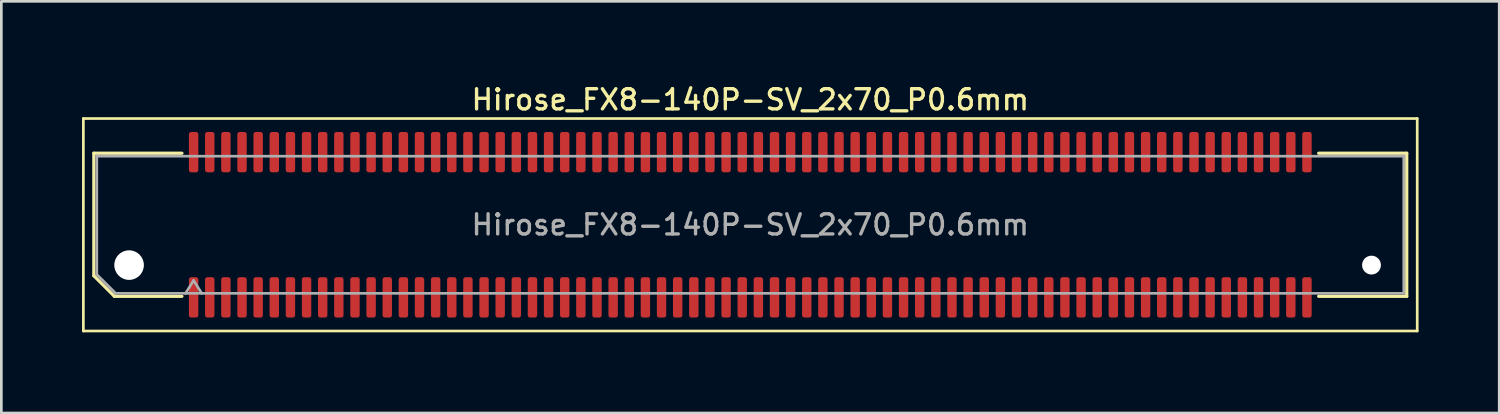
<source format=kicad_pcb>
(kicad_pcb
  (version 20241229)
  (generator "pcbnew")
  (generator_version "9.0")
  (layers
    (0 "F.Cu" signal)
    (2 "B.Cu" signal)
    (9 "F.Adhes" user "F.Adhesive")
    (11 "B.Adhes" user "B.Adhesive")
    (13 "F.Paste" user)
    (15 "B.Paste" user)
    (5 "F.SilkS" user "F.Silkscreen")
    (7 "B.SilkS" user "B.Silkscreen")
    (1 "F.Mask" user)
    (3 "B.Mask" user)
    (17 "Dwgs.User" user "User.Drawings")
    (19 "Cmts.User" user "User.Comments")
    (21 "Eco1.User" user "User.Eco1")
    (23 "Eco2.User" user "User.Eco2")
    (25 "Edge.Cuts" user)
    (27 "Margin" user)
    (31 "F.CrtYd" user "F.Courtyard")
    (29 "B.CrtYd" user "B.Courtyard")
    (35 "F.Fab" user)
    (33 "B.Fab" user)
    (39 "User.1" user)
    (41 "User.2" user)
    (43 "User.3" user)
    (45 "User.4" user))
  (footprint "Hirose_FX8-140P-SV_2x70_P0.6mm"
    (layer "F.Cu")
    (at 24.85 5.308)
    (property "Reference" "Hirose_FX8-140P-SV_2x70_P0.6mm" (at 0 -4.65 0) (layer "F.SilkS") (effects (font (size 0.75 0.75) (thickness 0.125))))
    (attr smd)
    (fp_line (start -24.8 -3.95) (end -24.8 3.95) (stroke (width 0.1) (type solid)) (layer "F.SilkS"))
    (fp_line (start -24.8 3.95) (end 24.8 3.95) (stroke (width 0.1) (type solid)) (layer "F.SilkS"))
    (fp_line (start -24.41 -2.66) (end -21.135 -2.66) (stroke (width 0.12) (type solid)) (layer "F.SilkS"))
    (fp_line (start -24.41 1.896) (end -24.41 -2.66) (stroke (width 0.12) (type solid)) (layer "F.SilkS"))
    (fp_line (start -23.646 2.66) (end -24.41 1.896) (stroke (width 0.12) (type solid)) (layer "F.SilkS"))
    (fp_line (start -21.135 2.66) (end -23.646 2.66) (stroke (width 0.12) (type solid)) (layer "F.SilkS"))
    (fp_line (start 21.135 -2.66) (end 24.41 -2.66) (stroke (width 0.12) (type solid)) (layer "F.SilkS"))
    (fp_line (start 24.41 -2.66) (end 24.41 2.66) (stroke (width 0.12) (type solid)) (layer "F.SilkS"))
    (fp_line (start 24.41 2.66) (end 21.135 2.66) (stroke (width 0.12) (type solid)) (layer "F.SilkS"))
    (fp_line (start 24.8 -3.95) (end -24.8 -3.95) (stroke (width 0.1) (type solid)) (layer "F.SilkS"))
    (fp_line (start 24.8 3.95) (end 24.8 -3.95) (stroke (width 0.1) (type solid)) (layer "F.SilkS"))
    (fp_line (start -24.3 -2.55) (end 24.3 -2.55) (stroke (width 0.1) (type solid)) (layer "F.Fab"))
    (fp_line (start -24.3 1.85) (end -24.3 -2.55) (stroke (width 0.1) (type solid)) (layer "F.Fab"))
    (fp_line (start -23.6 2.55) (end -24.3 1.85) (stroke (width 0.1) (type solid)) (layer "F.Fab"))
    (fp_line (start -21 2.55) (end -20.7 2.07) (stroke (width 0.1) (type solid)) (layer "F.Fab"))
    (fp_line (start -20.7 2.07) (end -20.4 2.55) (stroke (width 0.1) (type solid)) (layer "F.Fab"))
    (fp_line (start 24.3 -2.55) (end 24.3 2.55) (stroke (width 0.1) (type solid)) (layer "F.Fab"))
    (fp_line (start 24.3 2.55) (end -23.6 2.55) (stroke (width 0.1) (type solid)) (layer "F.Fab"))
    (fp_text user "${REFERENCE}" (at 0 0 0) (layer "F.Fab") (effects (font (size 0.75 0.75) (thickness 0.125))))
    (pad "" np_thru_hole circle (at -23.1 1.5) (size 1.1 1.1) (drill 1.1) (layers "*.Cu" "*.Mask"))
    (pad "" np_thru_hole circle (at 23.1 1.5) (size 0.7 0.7) (drill 0.7) (layers "*.Cu" "*.Mask"))
    (pad "1" smd roundrect (at -20.7 2.7) (size 0.35 1.5) (layers "F.Cu" "F.Mask" "F.Paste") (roundrect_rratio 0.25))
    (pad "2" smd roundrect (at -20.7 -2.7) (size 0.35 1.5) (layers "F.Cu" "F.Mask" "F.Paste") (roundrect_rratio 0.25))
    (pad "3" smd roundrect (at -20.1 2.7) (size 0.35 1.5) (layers "F.Cu" "F.Mask" "F.Paste") (roundrect_rratio 0.25))
    (pad "4" smd roundrect (at -20.1 -2.7) (size 0.35 1.5) (layers "F.Cu" "F.Mask" "F.Paste") (roundrect_rratio 0.25))
    (pad "5" smd roundrect (at -19.5 2.7) (size 0.35 1.5) (layers "F.Cu" "F.Mask" "F.Paste") (roundrect_rratio 0.25))
    (pad "6" smd roundrect (at -19.5 -2.7) (size 0.35 1.5) (layers "F.Cu" "F.Mask" "F.Paste") (roundrect_rratio 0.25))
    (pad "7" smd roundrect (at -18.9 2.7) (size 0.35 1.5) (layers "F.Cu" "F.Mask" "F.Paste") (roundrect_rratio 0.25))
    (pad "8" smd roundrect (at -18.9 -2.7) (size 0.35 1.5) (layers "F.Cu" "F.Mask" "F.Paste") (roundrect_rratio 0.25))
    (pad "9" smd roundrect (at -18.3 2.7) (size 0.35 1.5) (layers "F.Cu" "F.Mask" "F.Paste") (roundrect_rratio 0.25))
    (pad "10" smd roundrect (at -18.3 -2.7) (size 0.35 1.5) (layers "F.Cu" "F.Mask" "F.Paste") (roundrect_rratio 0.25))
    (pad "11" smd roundrect (at -17.7 2.7) (size 0.35 1.5) (layers "F.Cu" "F.Mask" "F.Paste") (roundrect_rratio 0.25))
    (pad "12" smd roundrect (at -17.7 -2.7) (size 0.35 1.5) (layers "F.Cu" "F.Mask" "F.Paste") (roundrect_rratio 0.25))
    (pad "13" smd roundrect (at -17.1 2.7) (size 0.35 1.5) (layers "F.Cu" "F.Mask" "F.Paste") (roundrect_rratio 0.25))
    (pad "14" smd roundrect (at -17.1 -2.7) (size 0.35 1.5) (layers "F.Cu" "F.Mask" "F.Paste") (roundrect_rratio 0.25))
    (pad "15" smd roundrect (at -16.5 2.7) (size 0.35 1.5) (layers "F.Cu" "F.Mask" "F.Paste") (roundrect_rratio 0.25))
    (pad "16" smd roundrect (at -16.5 -2.7) (size 0.35 1.5) (layers "F.Cu" "F.Mask" "F.Paste") (roundrect_rratio 0.25))
    (pad "17" smd roundrect (at -15.9 2.7) (size 0.35 1.5) (layers "F.Cu" "F.Mask" "F.Paste") (roundrect_rratio 0.25))
    (pad "18" smd roundrect (at -15.9 -2.7) (size 0.35 1.5) (layers "F.Cu" "F.Mask" "F.Paste") (roundrect_rratio 0.25))
    (pad "19" smd roundrect (at -15.3 2.7) (size 0.35 1.5) (layers "F.Cu" "F.Mask" "F.Paste") (roundrect_rratio 0.25))
    (pad "20" smd roundrect (at -15.3 -2.7) (size 0.35 1.5) (layers "F.Cu" "F.Mask" "F.Paste") (roundrect_rratio 0.25))
    (pad "21" smd roundrect (at -14.7 2.7) (size 0.35 1.5) (layers "F.Cu" "F.Mask" "F.Paste") (roundrect_rratio 0.25))
    (pad "22" smd roundrect (at -14.7 -2.7) (size 0.35 1.5) (layers "F.Cu" "F.Mask" "F.Paste") (roundrect_rratio 0.25))
    (pad "23" smd roundrect (at -14.1 2.7) (size 0.35 1.5) (layers "F.Cu" "F.Mask" "F.Paste") (roundrect_rratio 0.25))
    (pad "24" smd roundrect (at -14.1 -2.7) (size 0.35 1.5) (layers "F.Cu" "F.Mask" "F.Paste") (roundrect_rratio 0.25))
    (pad "25" smd roundrect (at -13.5 2.7) (size 0.35 1.5) (layers "F.Cu" "F.Mask" "F.Paste") (roundrect_rratio 0.25))
    (pad "26" smd roundrect (at -13.5 -2.7) (size 0.35 1.5) (layers "F.Cu" "F.Mask" "F.Paste") (roundrect_rratio 0.25))
    (pad "27" smd roundrect (at -12.9 2.7) (size 0.35 1.5) (layers "F.Cu" "F.Mask" "F.Paste") (roundrect_rratio 0.25))
    (pad "28" smd roundrect (at -12.9 -2.7) (size 0.35 1.5) (layers "F.Cu" "F.Mask" "F.Paste") (roundrect_rratio 0.25))
    (pad "29" smd roundrect (at -12.3 2.7) (size 0.35 1.5) (layers "F.Cu" "F.Mask" "F.Paste") (roundrect_rratio 0.25))
    (pad "30" smd roundrect (at -12.3 -2.7) (size 0.35 1.5) (layers "F.Cu" "F.Mask" "F.Paste") (roundrect_rratio 0.25))
    (pad "31" smd roundrect (at -11.7 2.7) (size 0.35 1.5) (layers "F.Cu" "F.Mask" "F.Paste") (roundrect_rratio 0.25))
    (pad "32" smd roundrect (at -11.7 -2.7) (size 0.35 1.5) (layers "F.Cu" "F.Mask" "F.Paste") (roundrect_rratio 0.25))
    (pad "33" smd roundrect (at -11.1 2.7) (size 0.35 1.5) (layers "F.Cu" "F.Mask" "F.Paste") (roundrect_rratio 0.25))
    (pad "34" smd roundrect (at -11.1 -2.7) (size 0.35 1.5) (layers "F.Cu" "F.Mask" "F.Paste") (roundrect_rratio 0.25))
    (pad "35" smd roundrect (at -10.5 2.7) (size 0.35 1.5) (layers "F.Cu" "F.Mask" "F.Paste") (roundrect_rratio 0.25))
    (pad "36" smd roundrect (at -10.5 -2.7) (size 0.35 1.5) (layers "F.Cu" "F.Mask" "F.Paste") (roundrect_rratio 0.25))
    (pad "37" smd roundrect (at -9.9 2.7) (size 0.35 1.5) (layers "F.Cu" "F.Mask" "F.Paste") (roundrect_rratio 0.25))
    (pad "38" smd roundrect (at -9.9 -2.7) (size 0.35 1.5) (layers "F.Cu" "F.Mask" "F.Paste") (roundrect_rratio 0.25))
    (pad "39" smd roundrect (at -9.3 2.7) (size 0.35 1.5) (layers "F.Cu" "F.Mask" "F.Paste") (roundrect_rratio 0.25))
    (pad "40" smd roundrect (at -9.3 -2.7) (size 0.35 1.5) (layers "F.Cu" "F.Mask" "F.Paste") (roundrect_rratio 0.25))
    (pad "41" smd roundrect (at -8.7 2.7) (size 0.35 1.5) (layers "F.Cu" "F.Mask" "F.Paste") (roundrect_rratio 0.25))
    (pad "42" smd roundrect (at -8.7 -2.7) (size 0.35 1.5) (layers "F.Cu" "F.Mask" "F.Paste") (roundrect_rratio 0.25))
    (pad "43" smd roundrect (at -8.1 2.7) (size 0.35 1.5) (layers "F.Cu" "F.Mask" "F.Paste") (roundrect_rratio 0.25))
    (pad "44" smd roundrect (at -8.1 -2.7) (size 0.35 1.5) (layers "F.Cu" "F.Mask" "F.Paste") (roundrect_rratio 0.25))
    (pad "45" smd roundrect (at -7.5 2.7) (size 0.35 1.5) (layers "F.Cu" "F.Mask" "F.Paste") (roundrect_rratio 0.25))
    (pad "46" smd roundrect (at -7.5 -2.7) (size 0.35 1.5) (layers "F.Cu" "F.Mask" "F.Paste") (roundrect_rratio 0.25))
    (pad "47" smd roundrect (at -6.9 2.7) (size 0.35 1.5) (layers "F.Cu" "F.Mask" "F.Paste") (roundrect_rratio 0.25))
    (pad "48" smd roundrect (at -6.9 -2.7) (size 0.35 1.5) (layers "F.Cu" "F.Mask" "F.Paste") (roundrect_rratio 0.25))
    (pad "49" smd roundrect (at -6.3 2.7) (size 0.35 1.5) (layers "F.Cu" "F.Mask" "F.Paste") (roundrect_rratio 0.25))
    (pad "50" smd roundrect (at -6.3 -2.7) (size 0.35 1.5) (layers "F.Cu" "F.Mask" "F.Paste") (roundrect_rratio 0.25))
    (pad "51" smd roundrect (at -5.7 2.7) (size 0.35 1.5) (layers "F.Cu" "F.Mask" "F.Paste") (roundrect_rratio 0.25))
    (pad "52" smd roundrect (at -5.7 -2.7) (size 0.35 1.5) (layers "F.Cu" "F.Mask" "F.Paste") (roundrect_rratio 0.25))
    (pad "53" smd roundrect (at -5.1 2.7) (size 0.35 1.5) (layers "F.Cu" "F.Mask" "F.Paste") (roundrect_rratio 0.25))
    (pad "54" smd roundrect (at -5.1 -2.7) (size 0.35 1.5) (layers "F.Cu" "F.Mask" "F.Paste") (roundrect_rratio 0.25))
    (pad "55" smd roundrect (at -4.5 2.7) (size 0.35 1.5) (layers "F.Cu" "F.Mask" "F.Paste") (roundrect_rratio 0.25))
    (pad "56" smd roundrect (at -4.5 -2.7) (size 0.35 1.5) (layers "F.Cu" "F.Mask" "F.Paste") (roundrect_rratio 0.25))
    (pad "57" smd roundrect (at -3.9 2.7) (size 0.35 1.5) (layers "F.Cu" "F.Mask" "F.Paste") (roundrect_rratio 0.25))
    (pad "58" smd roundrect (at -3.9 -2.7) (size 0.35 1.5) (layers "F.Cu" "F.Mask" "F.Paste") (roundrect_rratio 0.25))
    (pad "59" smd roundrect (at -3.3 2.7) (size 0.35 1.5) (layers "F.Cu" "F.Mask" "F.Paste") (roundrect_rratio 0.25))
    (pad "60" smd roundrect (at -3.3 -2.7) (size 0.35 1.5) (layers "F.Cu" "F.Mask" "F.Paste") (roundrect_rratio 0.25))
    (pad "61" smd roundrect (at -2.7 2.7) (size 0.35 1.5) (layers "F.Cu" "F.Mask" "F.Paste") (roundrect_rratio 0.25))
    (pad "62" smd roundrect (at -2.7 -2.7) (size 0.35 1.5) (layers "F.Cu" "F.Mask" "F.Paste") (roundrect_rratio 0.25))
    (pad "63" smd roundrect (at -2.1 2.7) (size 0.35 1.5) (layers "F.Cu" "F.Mask" "F.Paste") (roundrect_rratio 0.25))
    (pad "64" smd roundrect (at -2.1 -2.7) (size 0.35 1.5) (layers "F.Cu" "F.Mask" "F.Paste") (roundrect_rratio 0.25))
    (pad "65" smd roundrect (at -1.5 2.7) (size 0.35 1.5) (layers "F.Cu" "F.Mask" "F.Paste") (roundrect_rratio 0.25))
    (pad "66" smd roundrect (at -1.5 -2.7) (size 0.35 1.5) (layers "F.Cu" "F.Mask" "F.Paste") (roundrect_rratio 0.25))
    (pad "67" smd roundrect (at -0.9 2.7) (size 0.35 1.5) (layers "F.Cu" "F.Mask" "F.Paste") (roundrect_rratio 0.25))
    (pad "68" smd roundrect (at -0.9 -2.7) (size 0.35 1.5) (layers "F.Cu" "F.Mask" "F.Paste") (roundrect_rratio 0.25))
    (pad "69" smd roundrect (at -0.3 2.7) (size 0.35 1.5) (layers "F.Cu" "F.Mask" "F.Paste") (roundrect_rratio 0.25))
    (pad "70" smd roundrect (at -0.3 -2.7) (size 0.35 1.5) (layers "F.Cu" "F.Mask" "F.Paste") (roundrect_rratio 0.25))
    (pad "71" smd roundrect (at 0.3 2.7) (size 0.35 1.5) (layers "F.Cu" "F.Mask" "F.Paste") (roundrect_rratio 0.25))
    (pad "72" smd roundrect (at 0.3 -2.7) (size 0.35 1.5) (layers "F.Cu" "F.Mask" "F.Paste") (roundrect_rratio 0.25))
    (pad "73" smd roundrect (at 0.9 2.7) (size 0.35 1.5) (layers "F.Cu" "F.Mask" "F.Paste") (roundrect_rratio 0.25))
    (pad "74" smd roundrect (at 0.9 -2.7) (size 0.35 1.5) (layers "F.Cu" "F.Mask" "F.Paste") (roundrect_rratio 0.25))
    (pad "75" smd roundrect (at 1.5 2.7) (size 0.35 1.5) (layers "F.Cu" "F.Mask" "F.Paste") (roundrect_rratio 0.25))
    (pad "76" smd roundrect (at 1.5 -2.7) (size 0.35 1.5) (layers "F.Cu" "F.Mask" "F.Paste") (roundrect_rratio 0.25))
    (pad "77" smd roundrect (at 2.1 2.7) (size 0.35 1.5) (layers "F.Cu" "F.Mask" "F.Paste") (roundrect_rratio 0.25))
    (pad "78" smd roundrect (at 2.1 -2.7) (size 0.35 1.5) (layers "F.Cu" "F.Mask" "F.Paste") (roundrect_rratio 0.25))
    (pad "79" smd roundrect (at 2.7 2.7) (size 0.35 1.5) (layers "F.Cu" "F.Mask" "F.Paste") (roundrect_rratio 0.25))
    (pad "80" smd roundrect (at 2.7 -2.7) (size 0.35 1.5) (layers "F.Cu" "F.Mask" "F.Paste") (roundrect_rratio 0.25))
    (pad "81" smd roundrect (at 3.3 2.7) (size 0.35 1.5) (layers "F.Cu" "F.Mask" "F.Paste") (roundrect_rratio 0.25))
    (pad "82" smd roundrect (at 3.3 -2.7) (size 0.35 1.5) (layers "F.Cu" "F.Mask" "F.Paste") (roundrect_rratio 0.25))
    (pad "83" smd roundrect (at 3.9 2.7) (size 0.35 1.5) (layers "F.Cu" "F.Mask" "F.Paste") (roundrect_rratio 0.25))
    (pad "84" smd roundrect (at 3.9 -2.7) (size 0.35 1.5) (layers "F.Cu" "F.Mask" "F.Paste") (roundrect_rratio 0.25))
    (pad "85" smd roundrect (at 4.5 2.7) (size 0.35 1.5) (layers "F.Cu" "F.Mask" "F.Paste") (roundrect_rratio 0.25))
    (pad "86" smd roundrect (at 4.5 -2.7) (size 0.35 1.5) (layers "F.Cu" "F.Mask" "F.Paste") (roundrect_rratio 0.25))
    (pad "87" smd roundrect (at 5.1 2.7) (size 0.35 1.5) (layers "F.Cu" "F.Mask" "F.Paste") (roundrect_rratio 0.25))
    (pad "88" smd roundrect (at 5.1 -2.7) (size 0.35 1.5) (layers "F.Cu" "F.Mask" "F.Paste") (roundrect_rratio 0.25))
    (pad "89" smd roundrect (at 5.7 2.7) (size 0.35 1.5) (layers "F.Cu" "F.Mask" "F.Paste") (roundrect_rratio 0.25))
    (pad "90" smd roundrect (at 5.7 -2.7) (size 0.35 1.5) (layers "F.Cu" "F.Mask" "F.Paste") (roundrect_rratio 0.25))
    (pad "91" smd roundrect (at 6.3 2.7) (size 0.35 1.5) (layers "F.Cu" "F.Mask" "F.Paste") (roundrect_rratio 0.25))
    (pad "92" smd roundrect (at 6.3 -2.7) (size 0.35 1.5) (layers "F.Cu" "F.Mask" "F.Paste") (roundrect_rratio 0.25))
    (pad "93" smd roundrect (at 6.9 2.7) (size 0.35 1.5) (layers "F.Cu" "F.Mask" "F.Paste") (roundrect_rratio 0.25))
    (pad "94" smd roundrect (at 6.9 -2.7) (size 0.35 1.5) (layers "F.Cu" "F.Mask" "F.Paste") (roundrect_rratio 0.25))
    (pad "95" smd roundrect (at 7.5 2.7) (size 0.35 1.5) (layers "F.Cu" "F.Mask" "F.Paste") (roundrect_rratio 0.25))
    (pad "96" smd roundrect (at 7.5 -2.7) (size 0.35 1.5) (layers "F.Cu" "F.Mask" "F.Paste") (roundrect_rratio 0.25))
    (pad "97" smd roundrect (at 8.1 2.7) (size 0.35 1.5) (layers "F.Cu" "F.Mask" "F.Paste") (roundrect_rratio 0.25))
    (pad "98" smd roundrect (at 8.1 -2.7) (size 0.35 1.5) (layers "F.Cu" "F.Mask" "F.Paste") (roundrect_rratio 0.25))
    (pad "99" smd roundrect (at 8.7 2.7) (size 0.35 1.5) (layers "F.Cu" "F.Mask" "F.Paste") (roundrect_rratio 0.25))
    (pad "100" smd roundrect (at 8.7 -2.7) (size 0.35 1.5) (layers "F.Cu" "F.Mask" "F.Paste") (roundrect_rratio 0.25))
    (pad "101" smd roundrect (at 9.3 2.7) (size 0.35 1.5) (layers "F.Cu" "F.Mask" "F.Paste") (roundrect_rratio 0.25))
    (pad "102" smd roundrect (at 9.3 -2.7) (size 0.35 1.5) (layers "F.Cu" "F.Mask" "F.Paste") (roundrect_rratio 0.25))
    (pad "103" smd roundrect (at 9.9 2.7) (size 0.35 1.5) (layers "F.Cu" "F.Mask" "F.Paste") (roundrect_rratio 0.25))
    (pad "104" smd roundrect (at 9.9 -2.7) (size 0.35 1.5) (layers "F.Cu" "F.Mask" "F.Paste") (roundrect_rratio 0.25))
    (pad "105" smd roundrect (at 10.5 2.7) (size 0.35 1.5) (layers "F.Cu" "F.Mask" "F.Paste") (roundrect_rratio 0.25))
    (pad "106" smd roundrect (at 10.5 -2.7) (size 0.35 1.5) (layers "F.Cu" "F.Mask" "F.Paste") (roundrect_rratio 0.25))
    (pad "107" smd roundrect (at 11.1 2.7) (size 0.35 1.5) (layers "F.Cu" "F.Mask" "F.Paste") (roundrect_rratio 0.25))
    (pad "108" smd roundrect (at 11.1 -2.7) (size 0.35 1.5) (layers "F.Cu" "F.Mask" "F.Paste") (roundrect_rratio 0.25))
    (pad "109" smd roundrect (at 11.7 2.7) (size 0.35 1.5) (layers "F.Cu" "F.Mask" "F.Paste") (roundrect_rratio 0.25))
    (pad "110" smd roundrect (at 11.7 -2.7) (size 0.35 1.5) (layers "F.Cu" "F.Mask" "F.Paste") (roundrect_rratio 0.25))
    (pad "111" smd roundrect (at 12.3 2.7) (size 0.35 1.5) (layers "F.Cu" "F.Mask" "F.Paste") (roundrect_rratio 0.25))
    (pad "112" smd roundrect (at 12.3 -2.7) (size 0.35 1.5) (layers "F.Cu" "F.Mask" "F.Paste") (roundrect_rratio 0.25))
    (pad "113" smd roundrect (at 12.9 2.7) (size 0.35 1.5) (layers "F.Cu" "F.Mask" "F.Paste") (roundrect_rratio 0.25))
    (pad "114" smd roundrect (at 12.9 -2.7) (size 0.35 1.5) (layers "F.Cu" "F.Mask" "F.Paste") (roundrect_rratio 0.25))
    (pad "115" smd roundrect (at 13.5 2.7) (size 0.35 1.5) (layers "F.Cu" "F.Mask" "F.Paste") (roundrect_rratio 0.25))
    (pad "116" smd roundrect (at 13.5 -2.7) (size 0.35 1.5) (layers "F.Cu" "F.Mask" "F.Paste") (roundrect_rratio 0.25))
    (pad "117" smd roundrect (at 14.1 2.7) (size 0.35 1.5) (layers "F.Cu" "F.Mask" "F.Paste") (roundrect_rratio 0.25))
    (pad "118" smd roundrect (at 14.1 -2.7) (size 0.35 1.5) (layers "F.Cu" "F.Mask" "F.Paste") (roundrect_rratio 0.25))
    (pad "119" smd roundrect (at 14.7 2.7) (size 0.35 1.5) (layers "F.Cu" "F.Mask" "F.Paste") (roundrect_rratio 0.25))
    (pad "120" smd roundrect (at 14.7 -2.7) (size 0.35 1.5) (layers "F.Cu" "F.Mask" "F.Paste") (roundrect_rratio 0.25))
    (pad "121" smd roundrect (at 15.3 2.7) (size 0.35 1.5) (layers "F.Cu" "F.Mask" "F.Paste") (roundrect_rratio 0.25))
    (pad "122" smd roundrect (at 15.3 -2.7) (size 0.35 1.5) (layers "F.Cu" "F.Mask" "F.Paste") (roundrect_rratio 0.25))
    (pad "123" smd roundrect (at 15.9 2.7) (size 0.35 1.5) (layers "F.Cu" "F.Mask" "F.Paste") (roundrect_rratio 0.25))
    (pad "124" smd roundrect (at 15.9 -2.7) (size 0.35 1.5) (layers "F.Cu" "F.Mask" "F.Paste") (roundrect_rratio 0.25))
    (pad "125" smd roundrect (at 16.5 2.7) (size 0.35 1.5) (layers "F.Cu" "F.Mask" "F.Paste") (roundrect_rratio 0.25))
    (pad "126" smd roundrect (at 16.5 -2.7) (size 0.35 1.5) (layers "F.Cu" "F.Mask" "F.Paste") (roundrect_rratio 0.25))
    (pad "127" smd roundrect (at 17.1 2.7) (size 0.35 1.5) (layers "F.Cu" "F.Mask" "F.Paste") (roundrect_rratio 0.25))
    (pad "128" smd roundrect (at 17.1 -2.7) (size 0.35 1.5) (layers "F.Cu" "F.Mask" "F.Paste") (roundrect_rratio 0.25))
    (pad "129" smd roundrect (at 17.7 2.7) (size 0.35 1.5) (layers "F.Cu" "F.Mask" "F.Paste") (roundrect_rratio 0.25))
    (pad "130" smd roundrect (at 17.7 -2.7) (size 0.35 1.5) (layers "F.Cu" "F.Mask" "F.Paste") (roundrect_rratio 0.25))
    (pad "131" smd roundrect (at 18.3 2.7) (size 0.35 1.5) (layers "F.Cu" "F.Mask" "F.Paste") (roundrect_rratio 0.25))
    (pad "132" smd roundrect (at 18.3 -2.7) (size 0.35 1.5) (layers "F.Cu" "F.Mask" "F.Paste") (roundrect_rratio 0.25))
    (pad "133" smd roundrect (at 18.9 2.7) (size 0.35 1.5) (layers "F.Cu" "F.Mask" "F.Paste") (roundrect_rratio 0.25))
    (pad "134" smd roundrect (at 18.9 -2.7) (size 0.35 1.5) (layers "F.Cu" "F.Mask" "F.Paste") (roundrect_rratio 0.25))
    (pad "135" smd roundrect (at 19.5 2.7) (size 0.35 1.5) (layers "F.Cu" "F.Mask" "F.Paste") (roundrect_rratio 0.25))
    (pad "136" smd roundrect (at 19.5 -2.7) (size 0.35 1.5) (layers "F.Cu" "F.Mask" "F.Paste") (roundrect_rratio 0.25))
    (pad "137" smd roundrect (at 20.1 2.7) (size 0.35 1.5) (layers "F.Cu" "F.Mask" "F.Paste") (roundrect_rratio 0.25))
    (pad "138" smd roundrect (at 20.1 -2.7) (size 0.35 1.5) (layers "F.Cu" "F.Mask" "F.Paste") (roundrect_rratio 0.25))
    (pad "139" smd roundrect (at 20.7 2.7) (size 0.35 1.5) (layers "F.Cu" "F.Mask" "F.Paste") (roundrect_rratio 0.25))
    (pad "140" smd roundrect (at 20.7 -2.7) (size 0.35 1.5) (layers "F.Cu" "F.Mask" "F.Paste") (roundrect_rratio 0.25)))
  (gr_rect
    (start -3 -3)
    (end 52.7 12.308)
    (stroke (width 0.1) (type default))
    (fill no)
    (layer "Edge.Cuts")))
</source>
